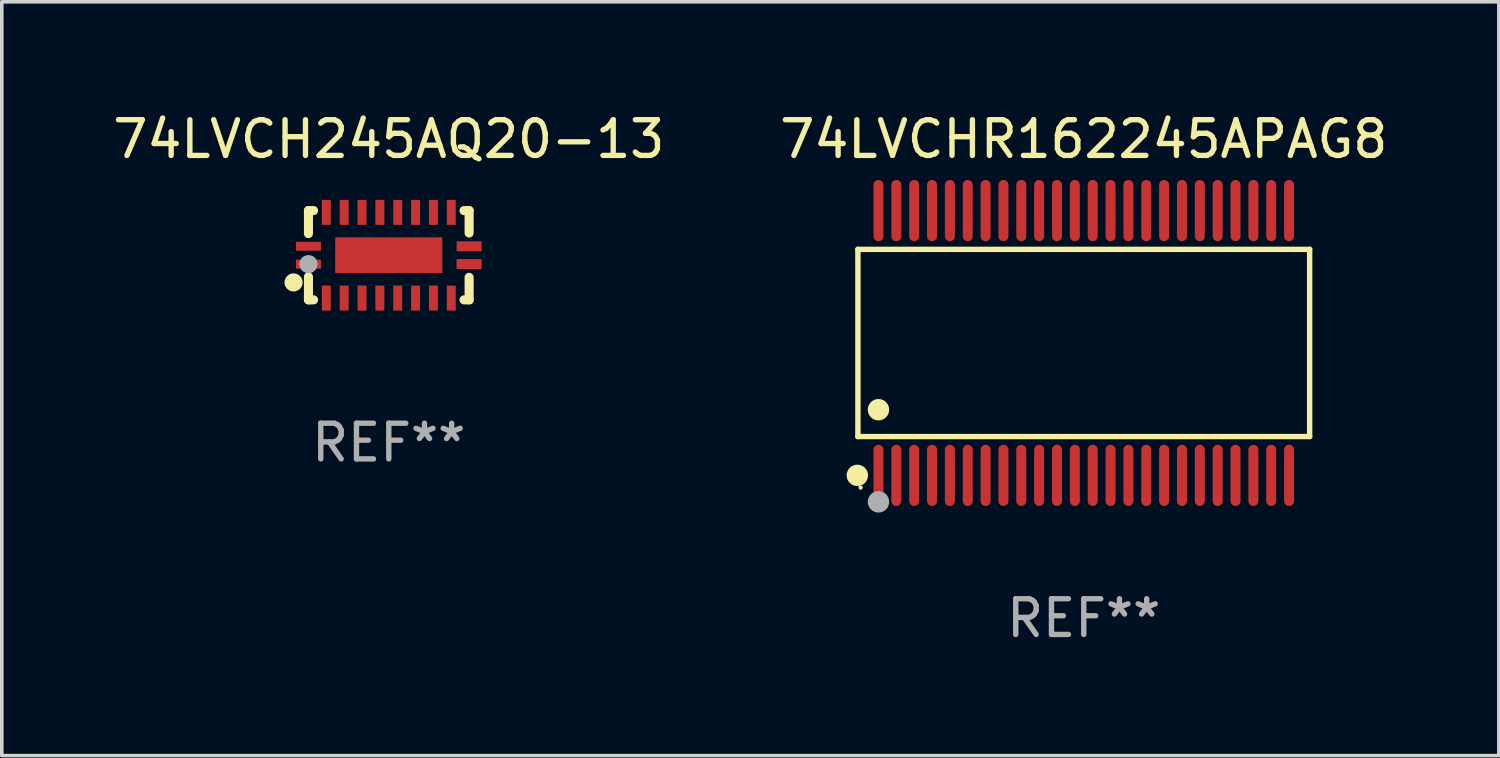
<source format=kicad_pcb>
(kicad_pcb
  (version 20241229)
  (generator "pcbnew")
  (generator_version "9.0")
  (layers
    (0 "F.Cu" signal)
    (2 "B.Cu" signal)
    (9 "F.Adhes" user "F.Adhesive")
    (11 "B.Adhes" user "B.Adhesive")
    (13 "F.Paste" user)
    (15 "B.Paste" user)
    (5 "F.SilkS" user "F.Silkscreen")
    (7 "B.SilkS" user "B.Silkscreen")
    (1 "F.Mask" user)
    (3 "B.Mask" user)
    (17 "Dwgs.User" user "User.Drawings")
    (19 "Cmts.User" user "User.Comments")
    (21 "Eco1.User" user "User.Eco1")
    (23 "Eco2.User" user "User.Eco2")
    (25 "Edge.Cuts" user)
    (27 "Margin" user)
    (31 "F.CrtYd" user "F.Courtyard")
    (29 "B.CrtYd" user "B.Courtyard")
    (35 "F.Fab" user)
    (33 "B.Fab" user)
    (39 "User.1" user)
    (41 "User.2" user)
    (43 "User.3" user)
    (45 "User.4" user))
  (footprint "74LVCH245AQ20-13"
    (layer "F.Cu")
    (at 7.839 4.098)
    (property "Reference" "74LVCH245AQ20-13" (at 0 -3.25 0) (layer "F.SilkS") (effects (font (size 1 1) (thickness 0.15))))
    (attr through_hole)
    (fp_line (start -2.25 0.605) (end -2.25 1.25) (stroke (width 0.254) (type solid)) (layer "F.SilkS"))
    (fp_line (start -2.25 1.25) (end -2.107 1.25) (stroke (width 0.254) (type solid)) (layer "F.SilkS"))
    (fp_line (start -2.25 -1.25) (end -2.25 -0.606) (stroke (width 0.254) (type solid)) (layer "F.SilkS"))
    (fp_line (start -2.25 -1.25) (end -2.107 -1.25) (stroke (width 0.254) (type solid)) (layer "F.SilkS"))
    (fp_line (start 2.107 -1.25) (end 2.25 -1.25) (stroke (width 0.254) (type solid)) (layer "F.SilkS"))
    (fp_line (start 2.107 1.25) (end 2.25 1.25) (stroke (width 0.254) (type solid)) (layer "F.SilkS"))
    (fp_line (start 2.25 -1.25) (end 2.25 -0.622) (stroke (width 0.254) (type solid)) (layer "F.SilkS"))
    (fp_line (start 2.25 0.62) (end 2.25 1.25) (stroke (width 0.254) (type solid)) (layer "F.SilkS"))
    (fp_circle (center -2.667 0.762) (end -2.54 0.762) (stroke (width 0.254) (type solid)) (fill no) (layer "F.SilkS"))
    (fp_circle (center -2.25 1.25) (end -2.22 1.25) (stroke (width 0.06) (type solid)) (fill no) (layer "F.SilkS"))
    (fp_circle (center -2.25 0.25) (end -2.123 0.25) (stroke (width 0.254) (type solid)) (fill no) (layer "F.Fab"))
    (fp_text user "REF**" (at 0 5.25 0) (layer "F.Fab") (effects (font (size 1 1) (thickness 0.15))))
    (pad "1" smd rect (at -2.25 0.25 180) (size 0.7 0.25) (layers "F.Cu" "F.Mask" "F.Paste"))
    (pad "2" smd rect (at -1.75 1.2 90) (size 0.7 0.25) (layers "F.Cu" "F.Mask" "F.Paste"))
    (pad "3" smd rect (at -1.25 1.2 90) (size 0.7 0.25) (layers "F.Cu" "F.Mask" "F.Paste"))
    (pad "4" smd rect (at -0.75 1.2 90) (size 0.7 0.25) (layers "F.Cu" "F.Mask" "F.Paste"))
    (pad "5" smd rect (at -0.25 1.2 90) (size 0.7 0.25) (layers "F.Cu" "F.Mask" "F.Paste"))
    (pad "6" smd rect (at 0.25 1.2 90) (size 0.7 0.25) (layers "F.Cu" "F.Mask" "F.Paste"))
    (pad "7" smd rect (at 0.75 1.2 90) (size 0.7 0.25) (layers "F.Cu" "F.Mask" "F.Paste"))
    (pad "8" smd rect (at 1.25 1.2 90) (size 0.7 0.25) (layers "F.Cu" "F.Mask" "F.Paste"))
    (pad "9" smd rect (at 1.75 1.2 90) (size 0.7 0.25) (layers "F.Cu" "F.Mask" "F.Paste"))
    (pad "10" smd rect (at 2.25 0.25 180) (size 0.7 0.28) (layers "F.Cu" "F.Mask" "F.Paste"))
    (pad "11" smd rect (at 2.25 -0.25 180) (size 0.7 0.28) (layers "F.Cu" "F.Mask" "F.Paste"))
    (pad "12" smd rect (at 1.75 -1.2 90) (size 0.7 0.25) (layers "F.Cu" "F.Mask" "F.Paste"))
    (pad "13" smd rect (at 1.25 -1.2 90) (size 0.7 0.25) (layers "F.Cu" "F.Mask" "F.Paste"))
    (pad "14" smd rect (at 0.75 -1.2 90) (size 0.7 0.25) (layers "F.Cu" "F.Mask" "F.Paste"))
    (pad "15" smd rect (at 0.25 -1.2 90) (size 0.7 0.25) (layers "F.Cu" "F.Mask" "F.Paste"))
    (pad "16" smd rect (at -0.25 -1.2 90) (size 0.7 0.25) (layers "F.Cu" "F.Mask" "F.Paste"))
    (pad "17" smd rect (at -0.75 -1.2 90) (size 0.7 0.25) (layers "F.Cu" "F.Mask" "F.Paste"))
    (pad "18" smd rect (at -1.25 -1.2 90) (size 0.7 0.25) (layers "F.Cu" "F.Mask" "F.Paste"))
    (pad "19" smd rect (at -1.75 -1.2 90) (size 0.7 0.25) (layers "F.Cu" "F.Mask" "F.Paste"))
    (pad "20" smd rect (at -2.25 -0.25 180) (size 0.7 0.25) (layers "F.Cu" "F.Mask" "F.Paste"))
    (pad "21" smd rect (at 0 -0.000013 180) (size 3 1) (layers "F.Cu" "F.Mask" "F.Paste")))
  (footprint "74LVCHR162245APAG8"
    (layer "F.Cu")
    (at 27.304 6.556)
    (property "Reference" "74LVCHR162245APAG8" (at 0 -5.708 0) (layer "F.SilkS") (effects (font (size 1 1) (thickness 0.15))))
    (attr through_hole)
    (fp_line (start -6.326 -2.622) (end 6.326 -2.622) (stroke (width 0.152) (type solid)) (layer "F.SilkS"))
    (fp_line (start -6.326 2.621) (end -6.326 -2.622) (stroke (width 0.152) (type solid)) (layer "F.SilkS"))
    (fp_line (start 6.326 -2.622) (end 6.326 2.621) (stroke (width 0.152) (type solid)) (layer "F.SilkS"))
    (fp_line (start 6.326 2.621) (end -6.326 2.621) (stroke (width 0.152) (type solid)) (layer "F.SilkS"))
    (fp_circle (center -6.342 3.708) (end -6.192 3.708) (stroke (width 0.3) (type solid)) (fill no) (layer "F.SilkS"))
    (fp_circle (center -6.25 4.05) (end -6.22 4.05) (stroke (width 0.06) (type solid)) (fill no) (layer "F.SilkS"))
    (fp_circle (center -5.75 1.869) (end -5.6 1.869) (stroke (width 0.3) (type solid)) (fill no) (layer "F.SilkS"))
    (fp_circle (center -5.75 4.45) (end -5.6 4.45) (stroke (width 0.3) (type solid)) (fill no) (layer "F.Fab"))
    (fp_text user "REF**" (at 0 7.708 0) (layer "F.Fab") (effects (font (size 1 1) (thickness 0.15))))
    (pad "1" smd oval (at -5.75 3.708) (size 0.28 1.715) (layers "F.Cu" "F.Mask" "F.Paste"))
    (pad "2" smd oval (at -5.25 3.708) (size 0.28 1.715) (layers "F.Cu" "F.Mask" "F.Paste"))
    (pad "3" smd oval (at -4.75 3.708) (size 0.28 1.715) (layers "F.Cu" "F.Mask" "F.Paste"))
    (pad "4" smd oval (at -4.25 3.708) (size 0.28 1.715) (layers "F.Cu" "F.Mask" "F.Paste"))
    (pad "5" smd oval (at -3.75 3.708) (size 0.28 1.715) (layers "F.Cu" "F.Mask" "F.Paste"))
    (pad "6" smd oval (at -3.25 3.708) (size 0.28 1.715) (layers "F.Cu" "F.Mask" "F.Paste"))
    (pad "7" smd oval (at -2.75 3.708) (size 0.28 1.715) (layers "F.Cu" "F.Mask" "F.Paste"))
    (pad "8" smd oval (at -2.25 3.708) (size 0.28 1.715) (layers "F.Cu" "F.Mask" "F.Paste"))
    (pad "9" smd oval (at -1.75 3.708) (size 0.28 1.715) (layers "F.Cu" "F.Mask" "F.Paste"))
    (pad "10" smd oval (at -1.25 3.708) (size 0.28 1.715) (layers "F.Cu" "F.Mask" "F.Paste"))
    (pad "11" smd oval (at -0.75 3.708) (size 0.28 1.715) (layers "F.Cu" "F.Mask" "F.Paste"))
    (pad "12" smd oval (at -0.25 3.708) (size 0.28 1.715) (layers "F.Cu" "F.Mask" "F.Paste"))
    (pad "13" smd oval (at 0.25 3.708) (size 0.28 1.715) (layers "F.Cu" "F.Mask" "F.Paste"))
    (pad "14" smd oval (at 0.75 3.708) (size 0.28 1.715) (layers "F.Cu" "F.Mask" "F.Paste"))
    (pad "15" smd oval (at 1.25 3.708) (size 0.28 1.715) (layers "F.Cu" "F.Mask" "F.Paste"))
    (pad "16" smd oval (at 1.75 3.708) (size 0.28 1.715) (layers "F.Cu" "F.Mask" "F.Paste"))
    (pad "17" smd oval (at 2.25 3.708) (size 0.28 1.715) (layers "F.Cu" "F.Mask" "F.Paste"))
    (pad "18" smd oval (at 2.75 3.708) (size 0.28 1.715) (layers "F.Cu" "F.Mask" "F.Paste"))
    (pad "19" smd oval (at 3.25 3.708) (size 0.28 1.715) (layers "F.Cu" "F.Mask" "F.Paste"))
    (pad "20" smd oval (at 3.75 3.708) (size 0.28 1.715) (layers "F.Cu" "F.Mask" "F.Paste"))
    (pad "21" smd oval (at 4.25 3.708) (size 0.28 1.715) (layers "F.Cu" "F.Mask" "F.Paste"))
    (pad "22" smd oval (at 4.75 3.708) (size 0.28 1.715) (layers "F.Cu" "F.Mask" "F.Paste"))
    (pad "23" smd oval (at 5.25 3.708) (size 0.28 1.715) (layers "F.Cu" "F.Mask" "F.Paste"))
    (pad "24" smd oval (at 5.75 3.708) (size 0.28 1.715) (layers "F.Cu" "F.Mask" "F.Paste"))
    (pad "25" smd oval (at 5.75 -3.708) (size 0.28 1.715) (layers "F.Cu" "F.Mask" "F.Paste"))
    (pad "26" smd oval (at 5.25 -3.708) (size 0.28 1.715) (layers "F.Cu" "F.Mask" "F.Paste"))
    (pad "27" smd oval (at 4.75 -3.708) (size 0.28 1.715) (layers "F.Cu" "F.Mask" "F.Paste"))
    (pad "28" smd oval (at 4.25 -3.708) (size 0.28 1.715) (layers "F.Cu" "F.Mask" "F.Paste"))
    (pad "29" smd oval (at 3.75 -3.708) (size 0.28 1.715) (layers "F.Cu" "F.Mask" "F.Paste"))
    (pad "30" smd oval (at 3.25 -3.708) (size 0.28 1.715) (layers "F.Cu" "F.Mask" "F.Paste"))
    (pad "31" smd oval (at 2.75 -3.708) (size 0.28 1.715) (layers "F.Cu" "F.Mask" "F.Paste"))
    (pad "32" smd oval (at 2.25 -3.708) (size 0.28 1.715) (layers "F.Cu" "F.Mask" "F.Paste"))
    (pad "33" smd oval (at 1.75 -3.708) (size 0.28 1.715) (layers "F.Cu" "F.Mask" "F.Paste"))
    (pad "34" smd oval (at 1.25 -3.708) (size 0.28 1.715) (layers "F.Cu" "F.Mask" "F.Paste"))
    (pad "35" smd oval (at 0.75 -3.708) (size 0.28 1.715) (layers "F.Cu" "F.Mask" "F.Paste"))
    (pad "36" smd oval (at 0.25 -3.708) (size 0.28 1.715) (layers "F.Cu" "F.Mask" "F.Paste"))
    (pad "37" smd oval (at -0.25 -3.708) (size 0.28 1.715) (layers "F.Cu" "F.Mask" "F.Paste"))
    (pad "38" smd oval (at -0.75 -3.708) (size 0.28 1.715) (layers "F.Cu" "F.Mask" "F.Paste"))
    (pad "39" smd oval (at -1.25 -3.708) (size 0.28 1.715) (layers "F.Cu" "F.Mask" "F.Paste"))
    (pad "40" smd oval (at -1.75 -3.708) (size 0.28 1.715) (layers "F.Cu" "F.Mask" "F.Paste"))
    (pad "41" smd oval (at -2.25 -3.708) (size 0.28 1.715) (layers "F.Cu" "F.Mask" "F.Paste"))
    (pad "42" smd oval (at -2.75 -3.708) (size 0.28 1.715) (layers "F.Cu" "F.Mask" "F.Paste"))
    (pad "43" smd oval (at -3.25 -3.708) (size 0.28 1.715) (layers "F.Cu" "F.Mask" "F.Paste"))
    (pad "44" smd oval (at -3.75 -3.708) (size 0.28 1.715) (layers "F.Cu" "F.Mask" "F.Paste"))
    (pad "45" smd oval (at -4.25 -3.708) (size 0.28 1.715) (layers "F.Cu" "F.Mask" "F.Paste"))
    (pad "46" smd oval (at -4.75 -3.708) (size 0.28 1.715) (layers "F.Cu" "F.Mask" "F.Paste"))
    (pad "47" smd oval (at -5.25 -3.708) (size 0.28 1.715) (layers "F.Cu" "F.Mask" "F.Paste"))
    (pad "48" smd oval (at -5.75 -3.708) (size 0.28 1.715) (layers "F.Cu" "F.Mask" "F.Paste")))
  (gr_rect
    (start -3 -3)
    (end 38.929 18.112)
    (stroke (width 0.1) (type default))
    (fill no)
    (layer "Edge.Cuts")))
</source>
